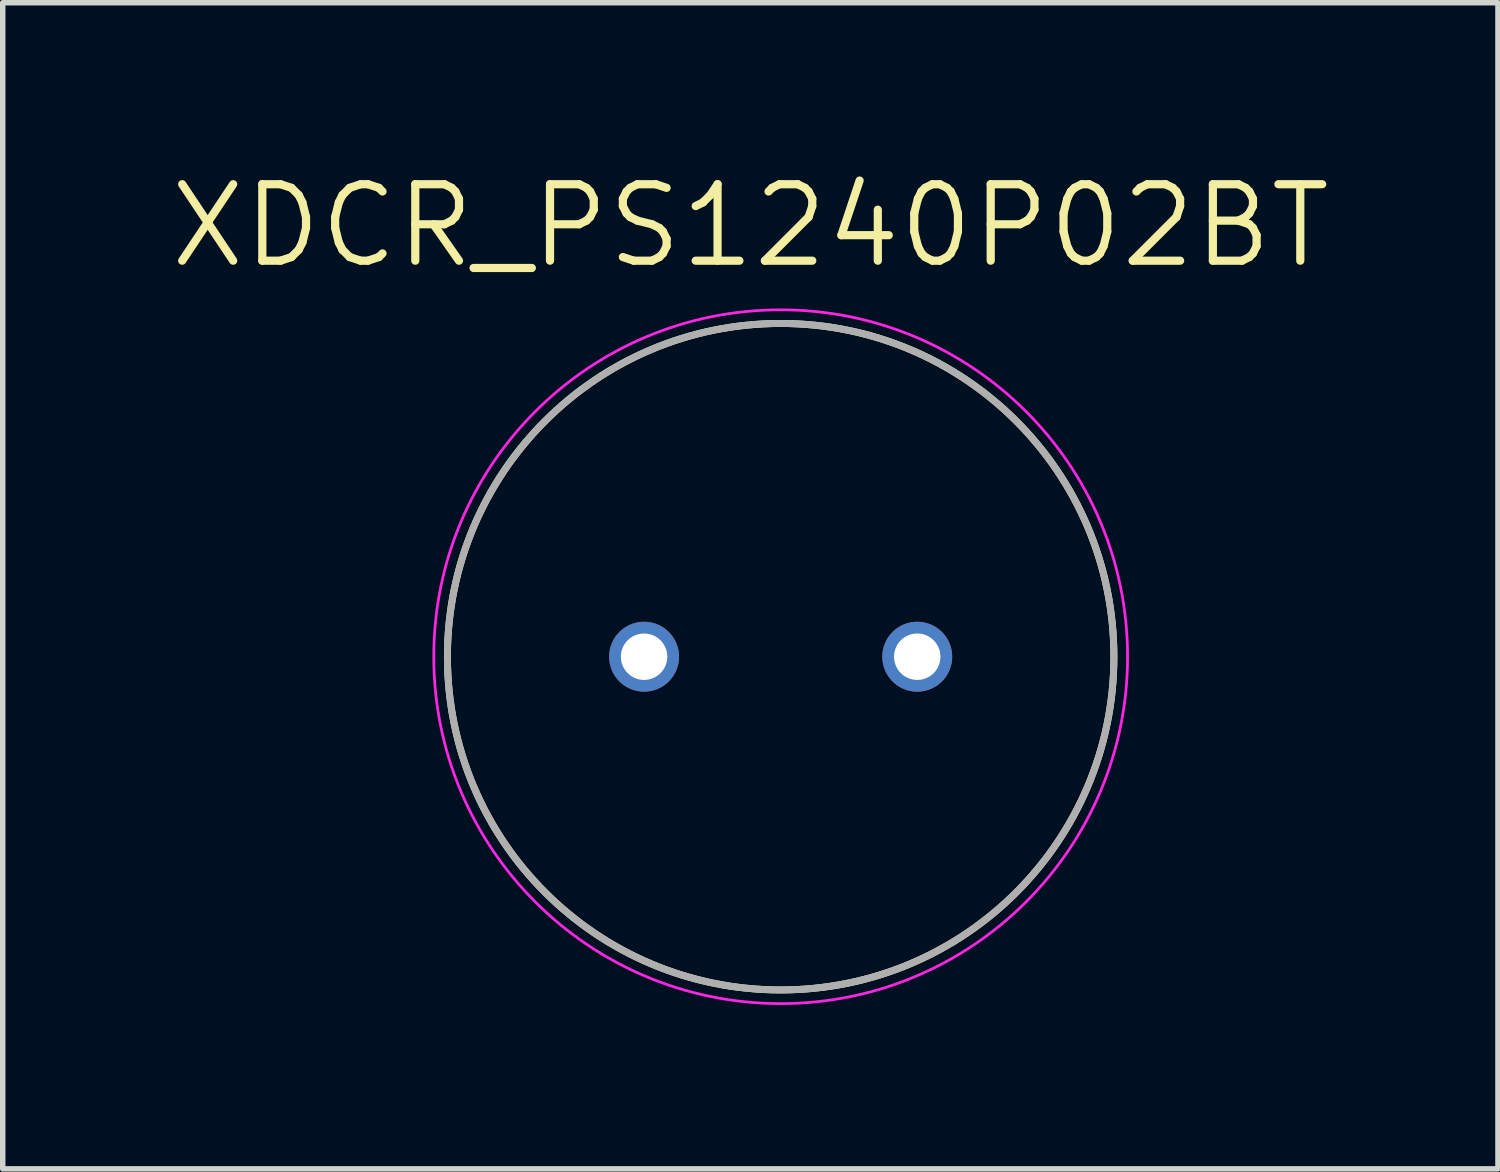
<source format=kicad_pcb>
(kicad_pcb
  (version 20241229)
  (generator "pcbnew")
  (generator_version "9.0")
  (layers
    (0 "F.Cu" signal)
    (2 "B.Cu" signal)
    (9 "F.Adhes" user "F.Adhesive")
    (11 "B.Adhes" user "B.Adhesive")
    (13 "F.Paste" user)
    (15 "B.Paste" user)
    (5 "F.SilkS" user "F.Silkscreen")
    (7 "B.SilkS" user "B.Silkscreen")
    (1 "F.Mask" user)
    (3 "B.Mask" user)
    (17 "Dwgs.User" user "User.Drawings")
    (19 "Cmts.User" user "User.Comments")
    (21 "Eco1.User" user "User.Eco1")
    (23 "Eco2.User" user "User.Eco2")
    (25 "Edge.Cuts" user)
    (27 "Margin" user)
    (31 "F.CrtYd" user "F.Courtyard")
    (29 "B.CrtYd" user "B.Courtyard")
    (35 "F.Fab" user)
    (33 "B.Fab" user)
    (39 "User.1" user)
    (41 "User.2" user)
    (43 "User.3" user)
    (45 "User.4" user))
  (footprint "XDCR_PS1240P02BT"
    (layer "F.Cu")
    (at 11.24 8.971)
    (property "Reference" "XDCR_PS1240P02BT" (at -0.555 -7.889 0) (layer "F.SilkS") (effects (font (size 1.4 1.4) (thickness 0.15))))
    (attr through_hole)
    (fp_circle (center 0 0) (end 6.1 0) (stroke (width 0.127) (type solid)) (fill no) (layer "F.SilkS"))
    (fp_circle (center 0 0) (end 6.35 0) (stroke (width 0.05) (type solid)) (fill no) (layer "F.CrtYd"))
    (fp_circle (center 0 0) (end 6.1 0) (stroke (width 0.127) (type solid)) (fill no) (layer "F.Fab"))
    (pad "1" thru_hole circle (at -2.5 0) (size 1.28 1.28) (drill 0.85) (layers "*.Cu" "*.Mask"))
    (pad "2" thru_hole circle (at 2.5 0) (size 1.28 1.28) (drill 0.85) (layers "*.Cu" "*.Mask")))
  (gr_rect
    (start -3 -3)
    (end 24.37 18.346)
    (stroke (width 0.1) (type default))
    (fill no)
    (layer "Edge.Cuts")))
</source>
